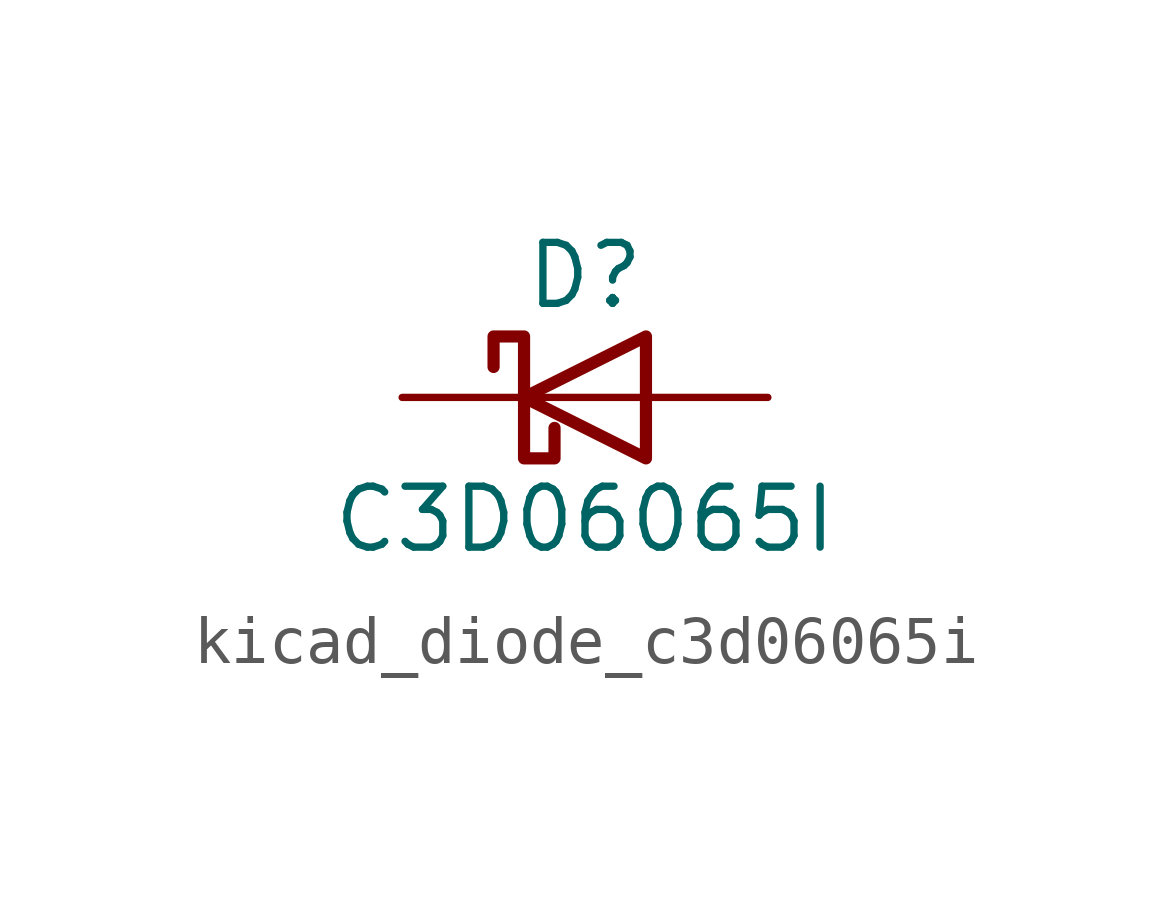
<source format=kicad_sym>
(kicad_symbol_lib
  (version 20220914)
  (generator kicad_symbol_editor)
  (symbol "kicad_diode_c3d06065i"
    (pin_numbers hide)
    (pin_names
      (offset 1.016) hide)
    (property "Reference" "D"
      (at 0 2.54 0)
      (effects (font (size 1.27 1.27))))
    (property "Value" "C3D06065I"
      (at 0 -2.54 0)
      (effects (font (size 1.27 1.27))))
    (symbol "kicad_diode_c3d06065i_0_1"
      (polyline (pts (xy 1.27 0) (xy -1.27 0)) (stroke (width 0) (type default)) (fill (type none)))
      (polyline (pts (xy 1.27 1.27) (xy 1.27 -1.27) (xy -1.27 0) (xy 1.27 1.27)) (stroke (width 0.254) (type default)) (fill (type none)))
      (polyline (pts (xy -1.905 0.635) (xy -1.905 1.27) (xy -1.27 1.27) (xy -1.27 -1.27) (xy -0.635 -1.27) (xy -0.635 -0.635)) (stroke (width 0.254) (type default)) (fill (type none))))
    (symbol "kicad_diode_c3d06065i_1_1"
      (pin passive line (at -3.81 0 0) (length 2.54) (name "K" (effects (font (size 1.27 1.27)))) (number "1" (effects (font (size 1.27 1.27)))))
      (pin passive line (at 3.81 0 180) (length 2.54) (name "A" (effects (font (size 1.27 1.27)))) (number "2" (effects (font (size 1.27 1.27))))))))
</source>
